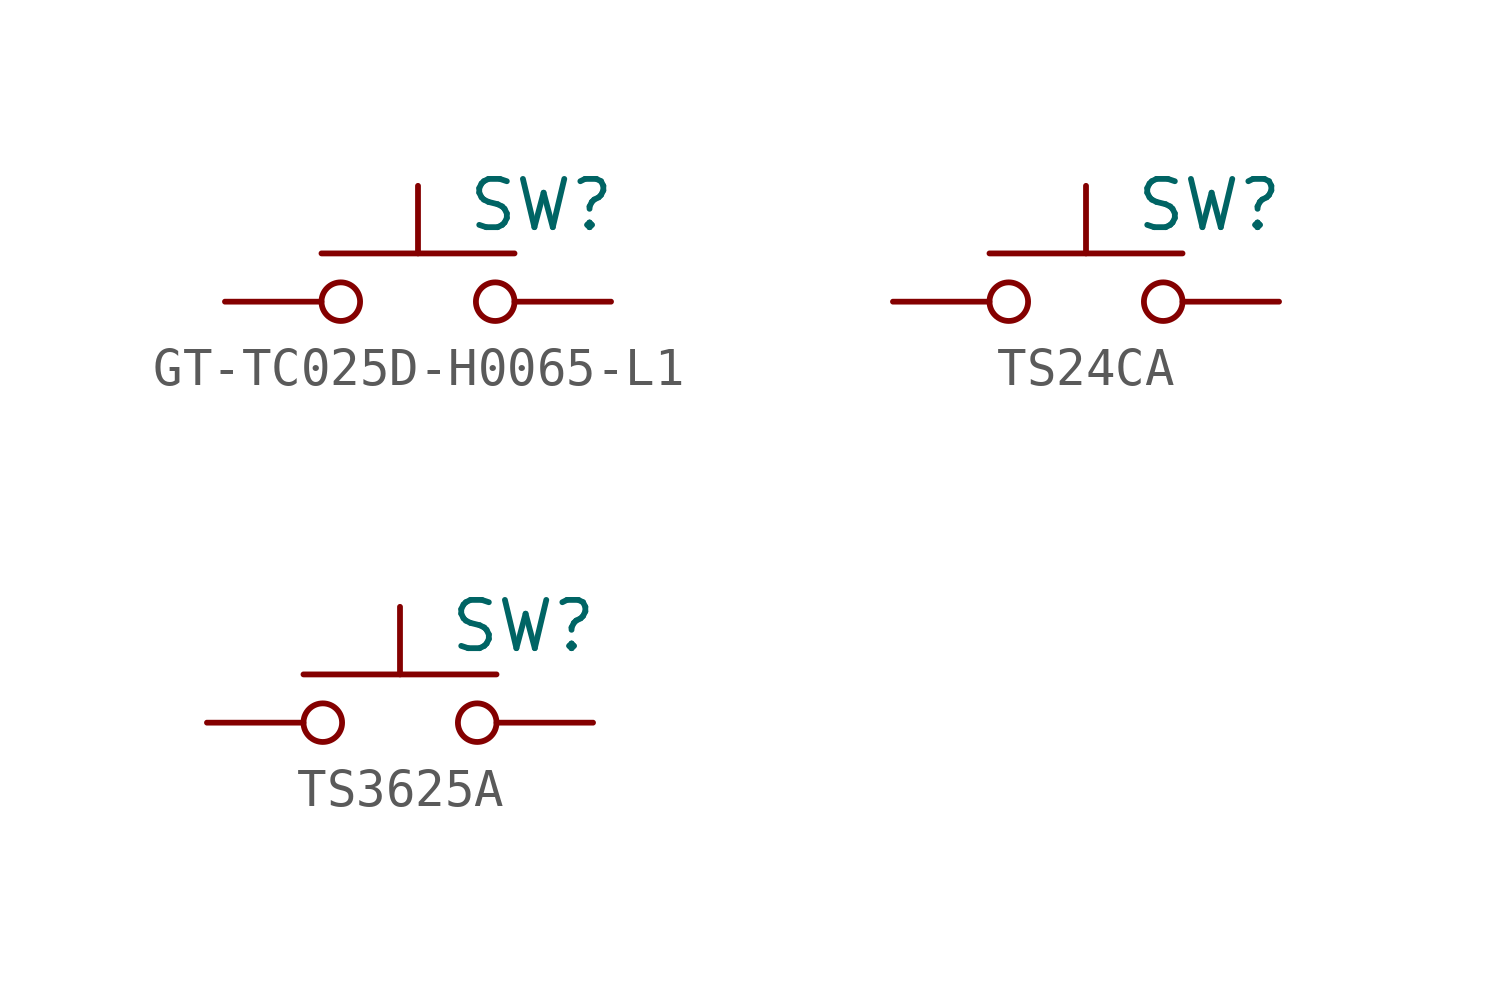
<source format=kicad_sym>
(kicad_symbol_lib
  (version 20241209)
  (generator "kicad_symbol_editor")
  (generator_version "9.0")
  (symbol "GT-TC025D-H0065-L1"
    (pin_numbers
      (hide yes))
    (pin_names
      (offset 1.016)
      (hide yes))
    (property "Reference" "SW"
      (at 1.27 2.54 0)
      (effects (font (size 1.27 1.27)) (justify left)))
    (symbol "GT-TC025D-H0065-L1_0_1"
      (circle (center -2.032 0) (radius 0.508) (stroke (width 0) (type default)) (fill (type none)))
      (polyline (pts (xy 0 1.27) (xy 0 3.048)) (stroke (width 0) (type default)) (fill (type none)))
      (circle (center 2.032 0) (radius 0.508) (stroke (width 0) (type default)) (fill (type none)))
      (polyline (pts (xy 2.54 1.27) (xy -2.54 1.27)) (stroke (width 0) (type default)) (fill (type none)))
      (pin passive line (at -5.08 0 0) (length 2.54) (name "1" (effects (font (size 1.27 1.27)))) (number "1" (effects (font (size 1.27 1.27)))))
      (pin passive line (at 5.08 0 180) (length 2.54) (name "2" (effects (font (size 1.27 1.27)))) (number "2" (effects (font (size 1.27 1.27)))))))
  (symbol "TS24CA"
    (pin_numbers
      (hide yes))
    (pin_names
      (offset 1.016)
      (hide yes))
    (property "Reference" "SW"
      (at 1.27 2.54 0)
      (effects (font (size 1.27 1.27)) (justify left)))
    (symbol "TS24CA_0_1"
      (circle (center -2.032 0) (radius 0.508) (stroke (width 0) (type default)) (fill (type none)))
      (polyline (pts (xy 0 1.27) (xy 0 3.048)) (stroke (width 0) (type default)) (fill (type none)))
      (circle (center 2.032 0) (radius 0.508) (stroke (width 0) (type default)) (fill (type none)))
      (polyline (pts (xy 2.54 1.27) (xy -2.54 1.27)) (stroke (width 0) (type default)) (fill (type none)))
      (pin passive line (at -5.08 0 0) (length 2.54) (name "1" (effects (font (size 1.27 1.27)))) (number "1" (effects (font (size 1.27 1.27)))))
      (pin passive line (at 5.08 0 180) (length 2.54) (name "2" (effects (font (size 1.27 1.27)))) (number "2" (effects (font (size 1.27 1.27)))))))
  (symbol "TS3625A"
    (pin_numbers
      (hide yes))
    (pin_names
      (offset 1.016)
      (hide yes))
    (property "Reference" "SW"
      (at 1.27 2.54 0)
      (effects (font (size 1.27 1.27)) (justify left)))
    (symbol "TS3625A_0_1"
      (circle (center -2.032 0) (radius 0.508) (stroke (width 0) (type default)) (fill (type none)))
      (polyline (pts (xy 0 1.27) (xy 0 3.048)) (stroke (width 0) (type default)) (fill (type none)))
      (circle (center 2.032 0) (radius 0.508) (stroke (width 0) (type default)) (fill (type none)))
      (polyline (pts (xy 2.54 1.27) (xy -2.54 1.27)) (stroke (width 0) (type default)) (fill (type none)))
      (pin passive line (at -5.08 0 0) (length 2.54) (name "1" (effects (font (size 1.27 1.27)))) (number "1" (effects (font (size 1.27 1.27)))))
      (pin passive line (at 5.08 0 180) (length 2.54) (name "2" (effects (font (size 1.27 1.27)))) (number "2" (effects (font (size 1.27 1.27))))))))
</source>
